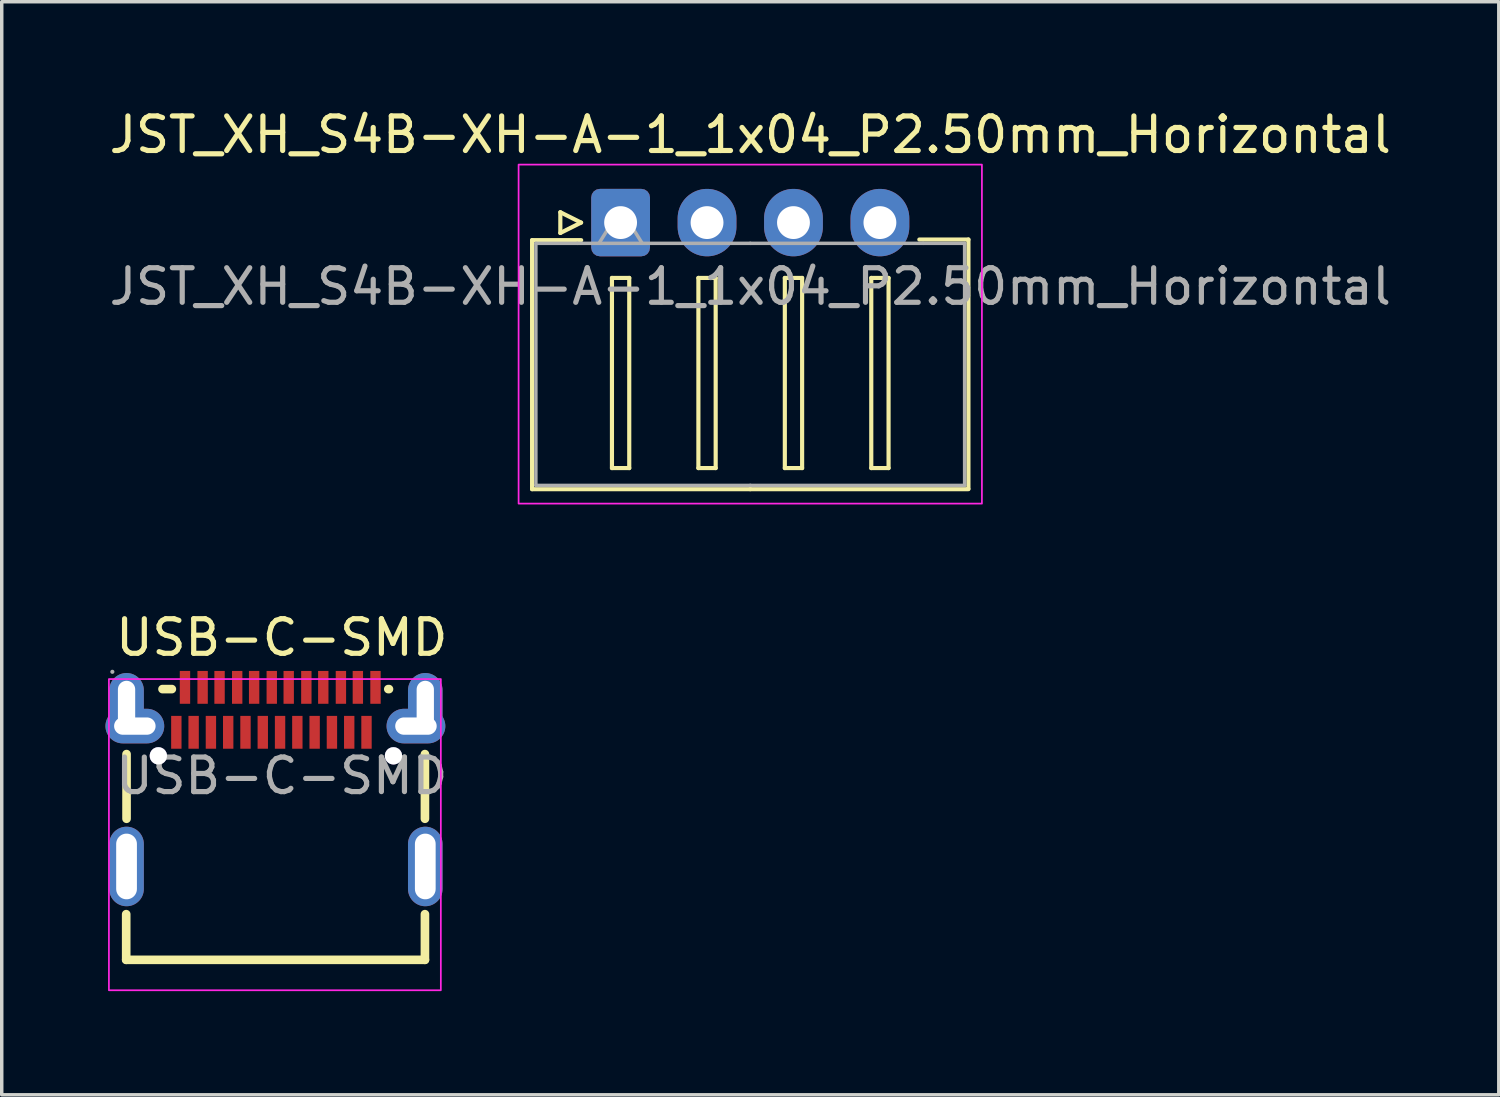
<source format=kicad_pcb>
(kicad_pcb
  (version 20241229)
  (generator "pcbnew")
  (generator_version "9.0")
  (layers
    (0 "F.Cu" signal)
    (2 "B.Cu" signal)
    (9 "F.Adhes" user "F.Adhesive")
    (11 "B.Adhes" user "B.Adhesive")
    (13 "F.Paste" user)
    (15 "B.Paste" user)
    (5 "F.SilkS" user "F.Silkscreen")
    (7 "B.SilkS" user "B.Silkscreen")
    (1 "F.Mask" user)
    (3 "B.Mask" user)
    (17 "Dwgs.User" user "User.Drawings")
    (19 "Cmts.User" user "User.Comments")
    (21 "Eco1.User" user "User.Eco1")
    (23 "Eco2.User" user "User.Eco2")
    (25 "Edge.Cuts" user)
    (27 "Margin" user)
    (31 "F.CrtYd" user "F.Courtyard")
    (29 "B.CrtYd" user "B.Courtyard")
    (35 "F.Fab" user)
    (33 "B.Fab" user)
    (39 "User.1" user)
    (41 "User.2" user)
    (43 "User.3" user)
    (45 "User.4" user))
  (footprint "JST_XH_S4B-XH-A-1_1x04_P2.50mm_Horizontal"
    (layer "F.Cu")
    (at 14.899 3.388)
    (property "Reference" "JST_XH_S4B-XH-A-1_1x04_P2.50mm_Horizontal" (at 3.75 -2.54 0) (layer "F.SilkS") (effects (font (size 1 1) (thickness 0.15))))
    (attr through_hole)
    (fp_line (start -2.56 0.508) (end -1.14 0.508) (stroke (width 0.12) (type solid)) (layer "F.SilkS"))
    (fp_line (start -2.56 7.71) (end -2.56 0.508) (stroke (width 0.12) (type solid)) (layer "F.SilkS"))
    (fp_line (start -1.743 -0.3) (end -1.143 0) (stroke (width 0.12) (type solid)) (layer "F.SilkS"))
    (fp_line (start -1.743 0.3) (end -1.743 -0.3) (stroke (width 0.12) (type solid)) (layer "F.SilkS"))
    (fp_line (start -1.143 0) (end -1.743 0.3) (stroke (width 0.12) (type solid)) (layer "F.SilkS"))
    (fp_line (start -0.25 1.6) (end -0.25 7.1) (stroke (width 0.12) (type solid)) (layer "F.SilkS"))
    (fp_line (start -0.25 7.1) (end 0.25 7.1) (stroke (width 0.12) (type solid)) (layer "F.SilkS"))
    (fp_line (start 0.25 1.6) (end -0.25 1.6) (stroke (width 0.12) (type solid)) (layer "F.SilkS"))
    (fp_line (start 0.25 7.1) (end 0.25 1.6) (stroke (width 0.12) (type solid)) (layer "F.SilkS"))
    (fp_line (start 2.25 1.6) (end 2.25 7.1) (stroke (width 0.12) (type solid)) (layer "F.SilkS"))
    (fp_line (start 2.25 7.1) (end 2.75 7.1) (stroke (width 0.12) (type solid)) (layer "F.SilkS"))
    (fp_line (start 2.75 1.6) (end 2.25 1.6) (stroke (width 0.12) (type solid)) (layer "F.SilkS"))
    (fp_line (start 2.75 7.1) (end 2.75 1.6) (stroke (width 0.12) (type solid)) (layer "F.SilkS"))
    (fp_line (start 3.75 7.71) (end -2.56 7.71) (stroke (width 0.12) (type solid)) (layer "F.SilkS"))
    (fp_line (start 3.75 7.71) (end 10.06 7.71) (stroke (width 0.12) (type solid)) (layer "F.SilkS"))
    (fp_line (start 4.75 1.6) (end 4.75 7.1) (stroke (width 0.12) (type solid)) (layer "F.SilkS"))
    (fp_line (start 4.75 7.1) (end 5.25 7.1) (stroke (width 0.12) (type solid)) (layer "F.SilkS"))
    (fp_line (start 5.25 1.6) (end 4.75 1.6) (stroke (width 0.12) (type solid)) (layer "F.SilkS"))
    (fp_line (start 5.25 7.1) (end 5.25 1.6) (stroke (width 0.12) (type solid)) (layer "F.SilkS"))
    (fp_line (start 7.25 1.6) (end 7.25 7.1) (stroke (width 0.12) (type solid)) (layer "F.SilkS"))
    (fp_line (start 7.25 7.1) (end 7.75 7.1) (stroke (width 0.12) (type solid)) (layer "F.SilkS"))
    (fp_line (start 7.75 1.6) (end 7.25 1.6) (stroke (width 0.12) (type solid)) (layer "F.SilkS"))
    (fp_line (start 7.75 7.1) (end 7.75 1.6) (stroke (width 0.12) (type solid)) (layer "F.SilkS"))
    (fp_line (start 10.06 0.49) (end 8.64 0.49) (stroke (width 0.12) (type solid)) (layer "F.SilkS"))
    (fp_line (start 10.06 7.692) (end 10.06 0.49) (stroke (width 0.12) (type solid)) (layer "F.SilkS"))
    (fp_rect (start -2.95 -1.677) (end 10.45 8.128) (stroke (width 0.05) (type default)) (fill no) (layer "F.CrtYd"))
    (fp_line (start -2.45 0.6) (end -1.25 0.6) (stroke (width 0.1) (type solid)) (layer "F.Fab"))
    (fp_line (start -2.45 7.6) (end -2.45 0.6) (stroke (width 0.1) (type solid)) (layer "F.Fab"))
    (fp_line (start -1.25 0.6) (end 3.75 0.6) (stroke (width 0.1) (type solid)) (layer "F.Fab"))
    (fp_line (start -0.625 0.6) (end 0 -0.4) (stroke (width 0.1) (type solid)) (layer "F.Fab"))
    (fp_line (start 0 -0.4) (end 0.625 0.6) (stroke (width 0.1) (type solid)) (layer "F.Fab"))
    (fp_line (start 3.75 7.6) (end -2.45 7.6) (stroke (width 0.1) (type solid)) (layer "F.Fab"))
    (fp_line (start 3.75 7.6) (end 9.95 7.6) (stroke (width 0.1) (type solid)) (layer "F.Fab"))
    (fp_line (start 8.75 0.6) (end 3.75 0.6) (stroke (width 0.1) (type solid)) (layer "F.Fab"))
    (fp_line (start 9.95 0.6) (end 8.75 0.6) (stroke (width 0.1) (type solid)) (layer "F.Fab"))
    (fp_line (start 9.95 7.6) (end 9.95 0.6) (stroke (width 0.1) (type solid)) (layer "F.Fab"))
    (fp_text user "${REFERENCE}" (at 3.75 1.85 0) (layer "F.Fab") (effects (font (size 1 1) (thickness 0.15))))
    (pad "1" thru_hole roundrect (at 0 0) (size 1.7 1.95) (drill 0.95) (layers "*.Cu" "*.Mask") (roundrect_rratio 0.147))
    (pad "2" thru_hole oval (at 2.5 0) (size 1.7 1.95) (drill 0.95) (layers "*.Cu" "*.Mask"))
    (pad "3" thru_hole oval (at 5 0) (size 1.7 1.95) (drill 0.95) (layers "*.Cu" "*.Mask"))
    (pad "4" thru_hole oval (at 7.5 0) (size 1.7 1.95) (drill 0.95) (layers "*.Cu" "*.Mask")))
  (footprint "USB-C-SMD"
    (layer "F.Cu")
    (at 5.1 19.39)
    (property "Reference" "USB-C-SMD" (at 0 -4 0) (layer "F.SilkS") (effects (font (size 1 1) (thickness 0.15))))
    (attr smd)
    (fp_line (start -4.5 5.32) (end -4.5 4) (stroke (width 0.25) (type solid)) (layer "F.SilkS"))
    (fp_line (start -4.49 1.24) (end -4.49 -0.63) (stroke (width 0.25) (type solid)) (layer "F.SilkS"))
    (fp_line (start -3.45 -2.51) (end -3.18 -2.51) (stroke (width 0.25) (type solid)) (layer "F.SilkS"))
    (fp_line (start 3.08 -2.51) (end 3.1 -2.51) (stroke (width 0.25) (type solid)) (layer "F.SilkS"))
    (fp_line (start 4.14 1.24) (end 4.14 -0.63) (stroke (width 0.25) (type solid)) (layer "F.SilkS"))
    (fp_line (start 4.14 5.32) (end -4.5 5.32) (stroke (width 0.25) (type solid)) (layer "F.SilkS"))
    (fp_line (start 4.14 5.32) (end 4.14 4) (stroke (width 0.25) (type solid)) (layer "F.SilkS"))
    (fp_circle (center -3.57 -0.58) (end -3.47 -0.58) (stroke (width 0.2) (type solid)) (fill no) (layer "Cmts.User"))
    (fp_circle (center 3.23 -0.58) (end 3.33 -0.58) (stroke (width 0.2) (type solid)) (fill no) (layer "Cmts.User"))
    (fp_rect (start -5 -2.8) (end 4.6 6.2) (stroke (width 0.05) (type default)) (fill no) (layer "F.CrtYd"))
    (fp_circle (center -4.9 -3.01) (end -4.87 -3.01) (stroke (width 0.06) (type solid)) (fill no) (layer "F.Fab"))
    (fp_text user "${REFERENCE}" (at 0 0 0) (layer "F.Fab") (effects (font (size 1 1) (thickness 0.15))))
    (pad "" thru_hole circle (at -3.57 -0.58) (size 0.5 0.5) (drill 0.5) (layers "*.Cu" "*.Mask"))
    (pad "" thru_hole circle (at 3.23 -0.58) (size 0.5 0.5) (drill 0.5) (layers "*.Cu" "*.Mask"))
    (pad "A1" smd rect (at -2.8 -2.56) (size 0.3 0.95) (layers "F.Cu" "F.Mask" "F.Paste"))
    (pad "A2" smd rect (at -2.29 -2.56) (size 0.3 0.95) (layers "F.Cu" "F.Mask" "F.Paste"))
    (pad "A3" smd rect (at -1.8 -2.56) (size 0.3 0.95) (layers "F.Cu" "F.Mask" "F.Paste"))
    (pad "A4" smd rect (at -1.29 -2.56) (size 0.3 0.95) (layers "F.Cu" "F.Mask" "F.Paste"))
    (pad "A5" smd rect (at -0.8 -2.56) (size 0.3 0.95) (layers "F.Cu" "F.Mask" "F.Paste"))
    (pad "A6" smd rect (at -0.29 -2.56) (size 0.3 0.95) (layers "F.Cu" "F.Mask" "F.Paste"))
    (pad "A7" smd rect (at 0.2 -2.56) (size 0.3 0.95) (layers "F.Cu" "F.Mask" "F.Paste"))
    (pad "A8" smd rect (at 0.71 -2.56) (size 0.3 0.95) (layers "F.Cu" "F.Mask" "F.Paste"))
    (pad "A9" smd rect (at 1.2 -2.56) (size 0.3 0.95) (layers "F.Cu" "F.Mask" "F.Paste"))
    (pad "A10" smd rect (at 1.71 -2.56) (size 0.3 0.95) (layers "F.Cu" "F.Mask" "F.Paste"))
    (pad "A11" smd rect (at 2.2 -2.56) (size 0.3 0.95) (layers "F.Cu" "F.Mask" "F.Paste"))
    (pad "A12" smd rect (at 2.71 -2.56) (size 0.3 0.95) (layers "F.Cu" "F.Mask" "F.Paste"))
    (pad "B1" smd rect (at 2.45 -1.26) (size 0.3 0.95) (layers "F.Cu" "F.Mask" "F.Paste"))
    (pad "B2" smd rect (at 1.95 -1.26) (size 0.3 0.95) (layers "F.Cu" "F.Mask" "F.Paste"))
    (pad "B3" smd rect (at 1.45 -1.26) (size 0.3 0.95) (layers "F.Cu" "F.Mask" "F.Paste"))
    (pad "B4" smd rect (at 0.95 -1.26) (size 0.3 0.95) (layers "F.Cu" "F.Mask" "F.Paste"))
    (pad "B5" smd rect (at 0.45 -1.26) (size 0.3 0.95) (layers "F.Cu" "F.Mask" "F.Paste"))
    (pad "B6" smd rect (at -0.05 -1.26) (size 0.3 0.95) (layers "F.Cu" "F.Mask" "F.Paste"))
    (pad "B7" smd rect (at -0.55 -1.26) (size 0.3 0.95) (layers "F.Cu" "F.Mask" "F.Paste"))
    (pad "B8" smd rect (at -1.05 -1.26) (size 0.3 0.95) (layers "F.Cu" "F.Mask" "F.Paste"))
    (pad "B9" smd rect (at -1.55 -1.26) (size 0.3 0.95) (layers "F.Cu" "F.Mask" "F.Paste"))
    (pad "B10" smd rect (at -2.05 -1.26) (size 0.3 0.95) (layers "F.Cu" "F.Mask" "F.Paste"))
    (pad "B11" smd rect (at -2.55 -1.26) (size 0.3 0.95) (layers "F.Cu" "F.Mask" "F.Paste"))
    (pad "B12" smd rect (at -3.05 -1.26) (size 0.3 0.95) (layers "F.Cu" "F.Mask" "F.Paste"))
    (pad "S1" thru_hole oval (at -4.49 -2) (size 1 1.95) (drill oval 0.5 1.5) (layers "*.Cu" "*.Mask"))
    (pad "S1" thru_hole oval (at -4.49 2.62) (size 1 2.3) (drill oval 0.6 1.9) (layers "*.Cu" "*.Mask"))
    (pad "S1" thru_hole oval (at -4.25 -1.44 90) (size 1 1.7) (drill oval 0.5 1.2) (layers "*.Cu" "*.Mask"))
    (pad "S1" thru_hole oval (at 3.88 -1.44 90) (size 1 1.7) (drill oval 0.5 1.2) (layers "*.Cu" "*.Mask"))
    (pad "S1" thru_hole oval (at 4.15 -2) (size 1 1.95) (drill oval 0.5 1.5) (layers "*.Cu" "*.Mask"))
    (pad "S1" thru_hole oval (at 4.15 2.62) (size 1 2.3) (drill oval 0.6 1.9) (layers "*.Cu" "*.Mask")))
  (gr_rect
    (start -3 -3)
    (end 40.298 28.614)
    (stroke (width 0.1) (type default))
    (fill no)
    (layer "Edge.Cuts")))
</source>
